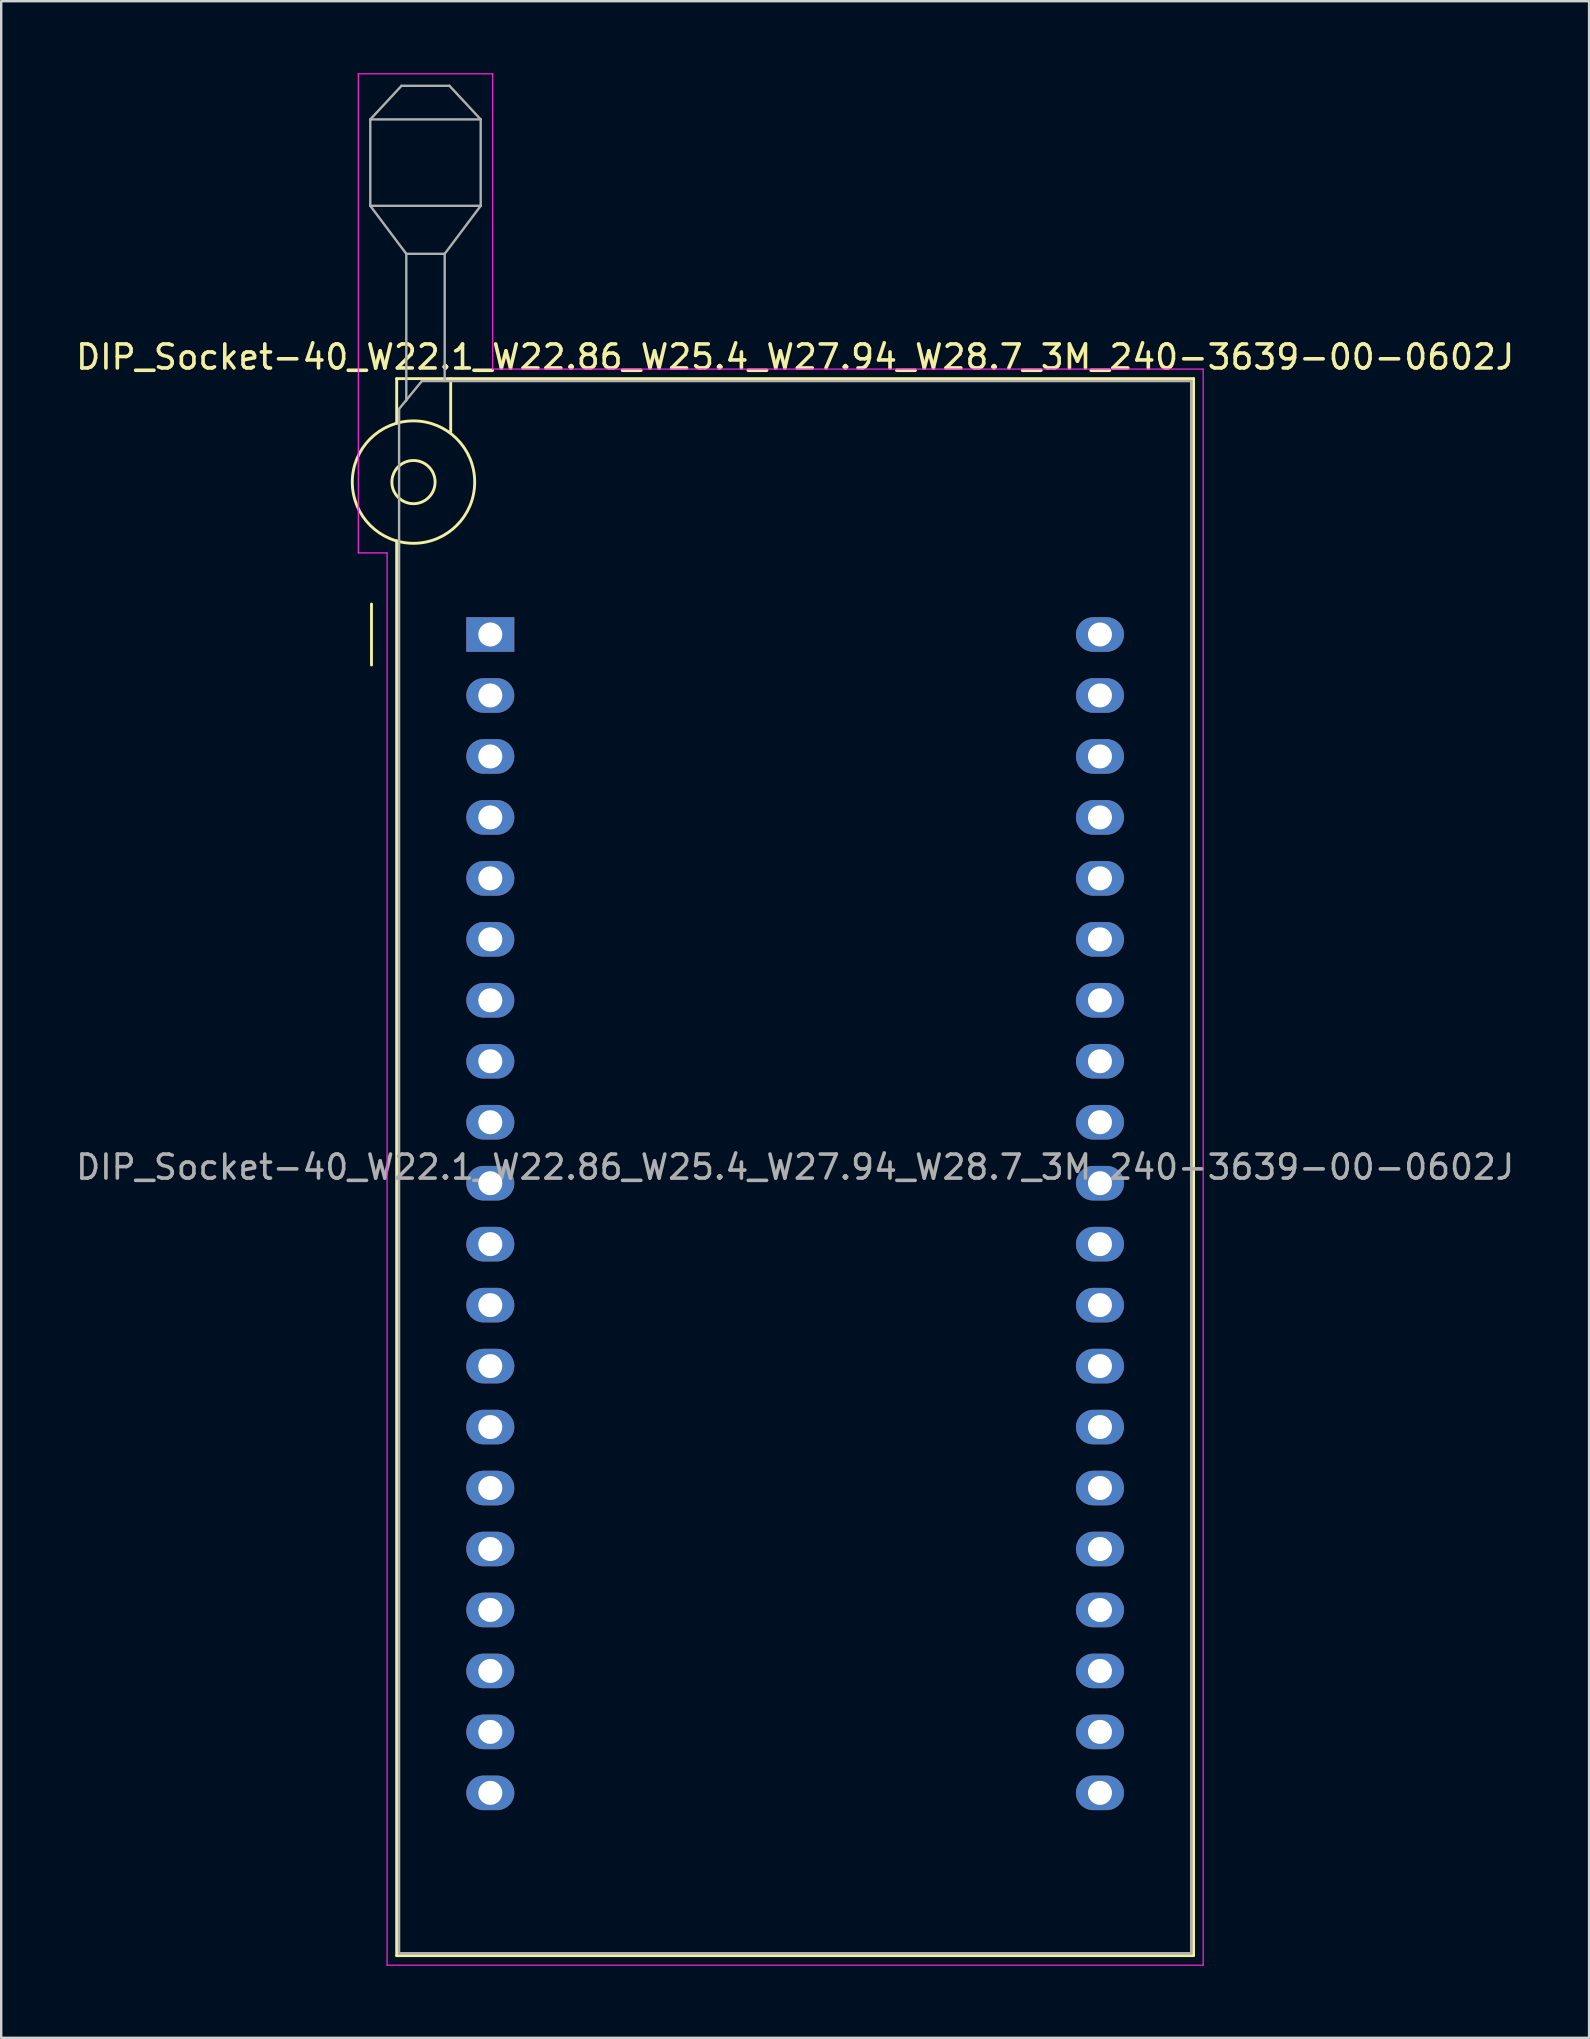
<source format=kicad_pcb>
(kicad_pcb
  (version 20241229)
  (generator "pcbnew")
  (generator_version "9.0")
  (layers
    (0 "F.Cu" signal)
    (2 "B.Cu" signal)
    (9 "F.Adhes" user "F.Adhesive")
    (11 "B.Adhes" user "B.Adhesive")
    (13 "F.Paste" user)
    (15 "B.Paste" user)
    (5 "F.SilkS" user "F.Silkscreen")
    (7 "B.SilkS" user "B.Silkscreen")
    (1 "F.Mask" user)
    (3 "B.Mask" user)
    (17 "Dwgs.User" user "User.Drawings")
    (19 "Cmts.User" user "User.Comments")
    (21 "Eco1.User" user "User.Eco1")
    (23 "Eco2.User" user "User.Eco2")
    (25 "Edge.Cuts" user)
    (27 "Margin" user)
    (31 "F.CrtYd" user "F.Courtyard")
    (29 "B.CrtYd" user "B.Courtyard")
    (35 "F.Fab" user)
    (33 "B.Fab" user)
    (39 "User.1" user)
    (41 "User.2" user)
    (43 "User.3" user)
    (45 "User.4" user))
  (footprint "DIP_Socket-40_W22.1_W22.86_W25.4_W27.94_W28.7_3M_240-3639-00-0602J"
    (layer "F.Cu")
    (at 17.377 23.385)
    (property "Reference" "DIP_Socket-40_W22.1_W22.86_W25.4_W27.94_W28.7_3M_240-3639-00-0602J" (at 12.7 -11.56 0) (layer "F.SilkS") (effects (font (size 1 1) (thickness 0.15))))
    (attr through_hole)
    (fp_line (start -4.95 1.27) (end -4.95 -1.27) (stroke (width 0.12) (type solid)) (layer "F.SilkS"))
    (fp_line (start -3.9 -10.66) (end -3.9 -8.8) (stroke (width 0.12) (type solid)) (layer "F.SilkS"))
    (fp_line (start -3.9 -3.9) (end -3.9 55.04) (stroke (width 0.12) (type solid)) (layer "F.SilkS"))
    (fp_line (start -3.9 55.04) (end 29.3 55.04) (stroke (width 0.12) (type solid)) (layer "F.SilkS"))
    (fp_line (start -1.65 -10.66) (end -1.65 -8.4) (stroke (width 0.12) (type solid)) (layer "F.SilkS"))
    (fp_line (start 29.3 -10.66) (end -3.9 -10.66) (stroke (width 0.12) (type solid)) (layer "F.SilkS"))
    (fp_line (start 29.3 55.04) (end 29.3 -10.66) (stroke (width 0.12) (type solid)) (layer "F.SilkS"))
    (fp_circle (center -3.2 -6.35) (end -2.3 -6.35) (stroke (width 0.12) (type solid)) (fill no) (layer "F.SilkS"))
    (fp_circle (center -3.2 -6.35) (end -0.65 -6.35) (stroke (width 0.12) (type solid)) (fill no) (layer "F.SilkS"))
    (fp_line (start -5.5 -23.36) (end 0.1 -23.36) (stroke (width 0.05) (type solid)) (layer "F.CrtYd"))
    (fp_line (start -5.5 -3.4) (end -5.5 -23.36) (stroke (width 0.05) (type solid)) (layer "F.CrtYd"))
    (fp_line (start -4.3 -3.4) (end -5.5 -3.4) (stroke (width 0.05) (type solid)) (layer "F.CrtYd"))
    (fp_line (start -4.3 55.44) (end -4.3 -3.4) (stroke (width 0.05) (type solid)) (layer "F.CrtYd"))
    (fp_line (start 0.1 -23.36) (end 0.1 -11.06) (stroke (width 0.05) (type solid)) (layer "F.CrtYd"))
    (fp_line (start 0.1 -11.06) (end 29.7 -11.06) (stroke (width 0.05) (type solid)) (layer "F.CrtYd"))
    (fp_line (start 29.7 -11.06) (end 29.7 55.44) (stroke (width 0.05) (type solid)) (layer "F.CrtYd"))
    (fp_line (start 29.7 55.44) (end -4.3 55.44) (stroke (width 0.05) (type solid)) (layer "F.CrtYd"))
    (fp_line (start -5 -21.46) (end -5 -17.86) (stroke (width 0.1) (type solid)) (layer "F.Fab"))
    (fp_line (start -5 -21.46) (end -3.7 -22.86) (stroke (width 0.1) (type solid)) (layer "F.Fab"))
    (fp_line (start -5 -17.86) (end -3.5 -15.86) (stroke (width 0.1) (type solid)) (layer "F.Fab"))
    (fp_line (start -5 -17.86) (end -0.4 -17.86) (stroke (width 0.1) (type solid)) (layer "F.Fab"))
    (fp_line (start -3.8 -9.4) (end -2.85 -10.56) (stroke (width 0.1) (type solid)) (layer "F.Fab"))
    (fp_line (start -3.8 54.94) (end -3.8 -9.4) (stroke (width 0.1) (type solid)) (layer "F.Fab"))
    (fp_line (start -3.7 -22.86) (end -1.7 -22.86) (stroke (width 0.1) (type solid)) (layer "F.Fab"))
    (fp_line (start -3.5 -15.86) (end -1.9 -15.86) (stroke (width 0.1) (type solid)) (layer "F.Fab"))
    (fp_line (start -3.5 -9.75) (end -3.5 -15.86) (stroke (width 0.1) (type solid)) (layer "F.Fab"))
    (fp_line (start -2.85 -10.56) (end 29.2 -10.56) (stroke (width 0.1) (type solid)) (layer "F.Fab"))
    (fp_line (start -1.9 -15.86) (end -1.9 -10.56) (stroke (width 0.1) (type solid)) (layer "F.Fab"))
    (fp_line (start -1.7 -22.86) (end -0.4 -21.46) (stroke (width 0.1) (type solid)) (layer "F.Fab"))
    (fp_line (start -0.4 -21.46) (end -5 -21.46) (stroke (width 0.1) (type solid)) (layer "F.Fab"))
    (fp_line (start -0.4 -17.86) (end -1.9 -15.86) (stroke (width 0.1) (type solid)) (layer "F.Fab"))
    (fp_line (start -0.4 -17.86) (end -0.4 -21.46) (stroke (width 0.1) (type solid)) (layer "F.Fab"))
    (fp_line (start 29.2 -10.56) (end 29.2 54.94) (stroke (width 0.1) (type solid)) (layer "F.Fab"))
    (fp_line (start 29.2 54.94) (end -3.8 54.94) (stroke (width 0.1) (type solid)) (layer "F.Fab"))
    (fp_text user "${REFERENCE}" (at 12.7 22.19 0) (layer "F.Fab") (effects (font (size 1 1) (thickness 0.15))))
    (pad "1" thru_hole rect (at 0 0) (size 2 1.44) (drill 1) (layers "*.Cu" "*.Mask"))
    (pad "2" thru_hole oval (at 0 2.54) (size 2 1.44) (drill 1) (layers "*.Cu" "*.Mask"))
    (pad "3" thru_hole oval (at 0 5.08) (size 2 1.44) (drill 1) (layers "*.Cu" "*.Mask"))
    (pad "4" thru_hole oval (at 0 7.62) (size 2 1.44) (drill 1) (layers "*.Cu" "*.Mask"))
    (pad "5" thru_hole oval (at 0 10.16) (size 2 1.44) (drill 1) (layers "*.Cu" "*.Mask"))
    (pad "6" thru_hole oval (at 0 12.7) (size 2 1.44) (drill 1) (layers "*.Cu" "*.Mask"))
    (pad "7" thru_hole oval (at 0 15.24) (size 2 1.44) (drill 1) (layers "*.Cu" "*.Mask"))
    (pad "8" thru_hole oval (at 0 17.78) (size 2 1.44) (drill 1) (layers "*.Cu" "*.Mask"))
    (pad "9" thru_hole oval (at 0 20.32) (size 2 1.44) (drill 1) (layers "*.Cu" "*.Mask"))
    (pad "10" thru_hole oval (at 0 22.86) (size 2 1.44) (drill 1) (layers "*.Cu" "*.Mask"))
    (pad "11" thru_hole oval (at 0 25.4) (size 2 1.44) (drill 1) (layers "*.Cu" "*.Mask"))
    (pad "12" thru_hole oval (at 0 27.94) (size 2 1.44) (drill 1) (layers "*.Cu" "*.Mask"))
    (pad "13" thru_hole oval (at 0 30.48) (size 2 1.44) (drill 1) (layers "*.Cu" "*.Mask"))
    (pad "14" thru_hole oval (at 0 33.02) (size 2 1.44) (drill 1) (layers "*.Cu" "*.Mask"))
    (pad "15" thru_hole oval (at 0 35.56) (size 2 1.44) (drill 1) (layers "*.Cu" "*.Mask"))
    (pad "16" thru_hole oval (at 0 38.1) (size 2 1.44) (drill 1) (layers "*.Cu" "*.Mask"))
    (pad "17" thru_hole oval (at 0 40.64) (size 2 1.44) (drill 1) (layers "*.Cu" "*.Mask"))
    (pad "18" thru_hole oval (at 0 43.18) (size 2 1.44) (drill 1) (layers "*.Cu" "*.Mask"))
    (pad "19" thru_hole oval (at 0 45.72) (size 2 1.44) (drill 1) (layers "*.Cu" "*.Mask"))
    (pad "20" thru_hole oval (at 0 48.26) (size 2 1.44) (drill 1) (layers "*.Cu" "*.Mask"))
    (pad "21" thru_hole oval (at 25.4 48.26) (size 2 1.44) (drill 1) (layers "*.Cu" "*.Mask"))
    (pad "22" thru_hole oval (at 25.4 45.72) (size 2 1.44) (drill 1) (layers "*.Cu" "*.Mask"))
    (pad "23" thru_hole oval (at 25.4 43.18) (size 2 1.44) (drill 1) (layers "*.Cu" "*.Mask"))
    (pad "24" thru_hole oval (at 25.4 40.64) (size 2 1.44) (drill 1) (layers "*.Cu" "*.Mask"))
    (pad "25" thru_hole oval (at 25.4 38.1) (size 2 1.44) (drill 1) (layers "*.Cu" "*.Mask"))
    (pad "26" thru_hole oval (at 25.4 35.56) (size 2 1.44) (drill 1) (layers "*.Cu" "*.Mask"))
    (pad "27" thru_hole oval (at 25.4 33.02) (size 2 1.44) (drill 1) (layers "*.Cu" "*.Mask"))
    (pad "28" thru_hole oval (at 25.4 30.48) (size 2 1.44) (drill 1) (layers "*.Cu" "*.Mask"))
    (pad "29" thru_hole oval (at 25.4 27.94) (size 2 1.44) (drill 1) (layers "*.Cu" "*.Mask"))
    (pad "30" thru_hole oval (at 25.4 25.4) (size 2 1.44) (drill 1) (layers "*.Cu" "*.Mask"))
    (pad "31" thru_hole oval (at 25.4 22.86) (size 2 1.44) (drill 1) (layers "*.Cu" "*.Mask"))
    (pad "32" thru_hole oval (at 25.4 20.32) (size 2 1.44) (drill 1) (layers "*.Cu" "*.Mask"))
    (pad "33" thru_hole oval (at 25.4 17.78) (size 2 1.44) (drill 1) (layers "*.Cu" "*.Mask"))
    (pad "34" thru_hole oval (at 25.4 15.24) (size 2 1.44) (drill 1) (layers "*.Cu" "*.Mask"))
    (pad "35" thru_hole oval (at 25.4 12.7) (size 2 1.44) (drill 1) (layers "*.Cu" "*.Mask"))
    (pad "36" thru_hole oval (at 25.4 10.16) (size 2 1.44) (drill 1) (layers "*.Cu" "*.Mask"))
    (pad "37" thru_hole oval (at 25.4 7.62) (size 2 1.44) (drill 1) (layers "*.Cu" "*.Mask"))
    (pad "38" thru_hole oval (at 25.4 5.08) (size 2 1.44) (drill 1) (layers "*.Cu" "*.Mask"))
    (pad "39" thru_hole oval (at 25.4 2.54) (size 2 1.44) (drill 1) (layers "*.Cu" "*.Mask"))
    (pad "40" thru_hole oval (at 25.4 0) (size 2 1.44) (drill 1) (layers "*.Cu" "*.Mask")))
  (gr_rect
    (start -3 -3)
    (end 63.155 81.85)
    (stroke (width 0.1) (type default))
    (fill no)
    (layer "Edge.Cuts")))
</source>
